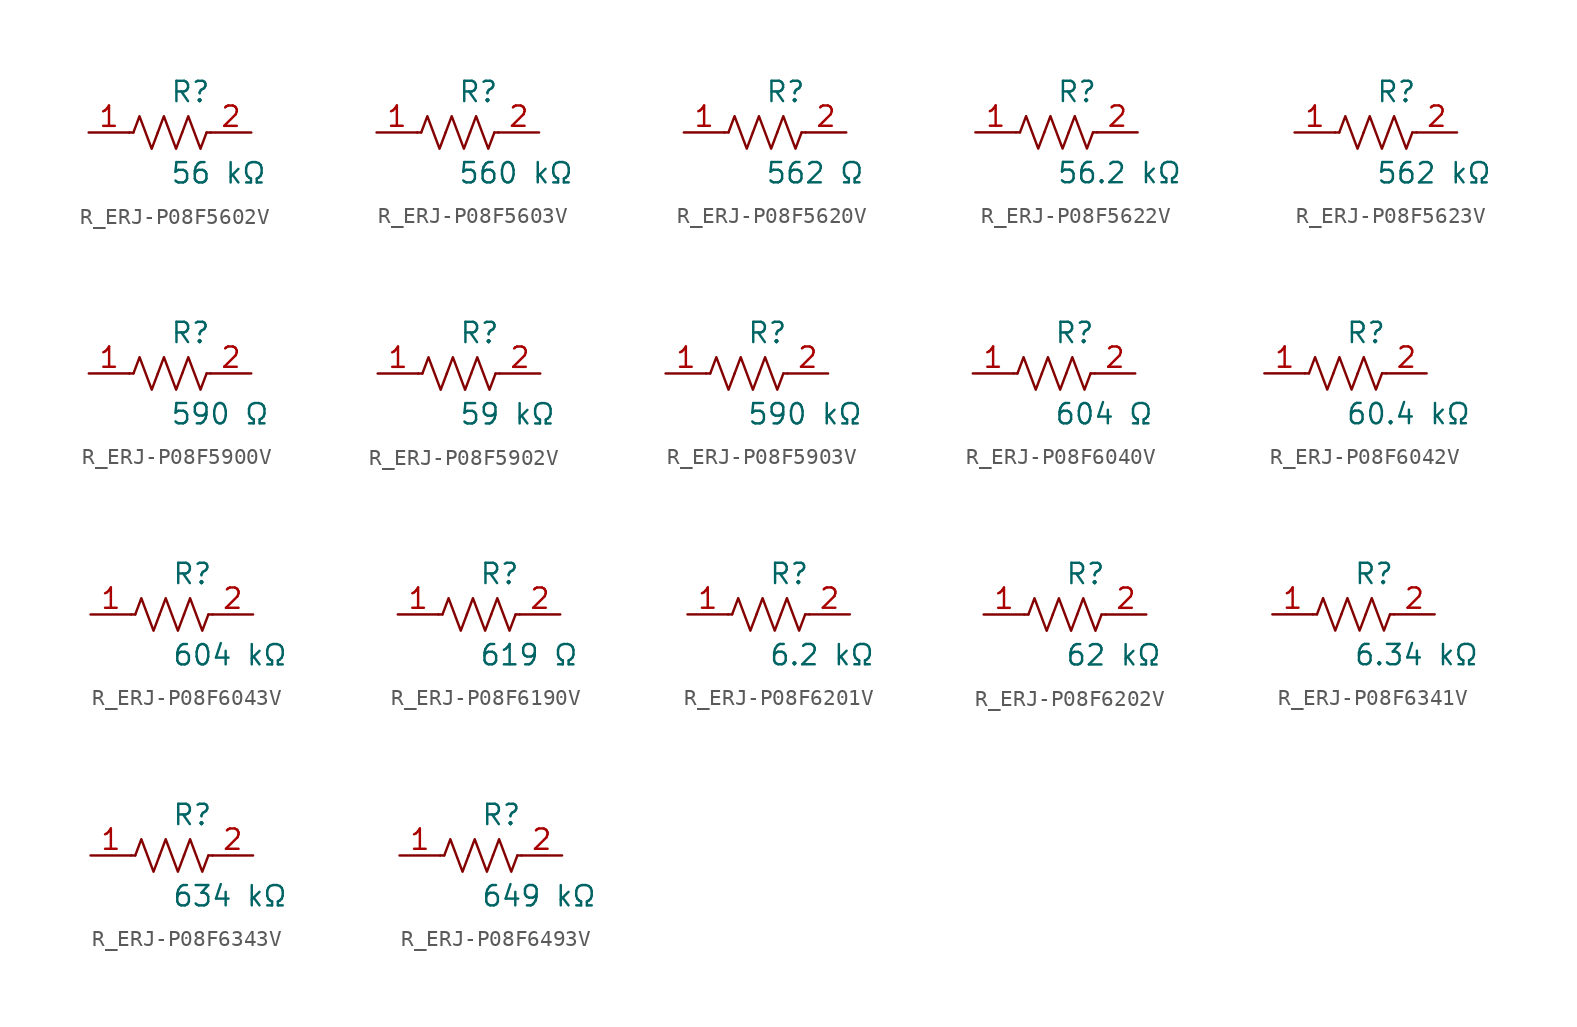
<source format=kicad_sym>
(kicad_symbol_lib
  (version 20231120)
  (generator kicad_symbol_editor)
  (generator_version 8.0)
  (symbol "R_ERJ-P08F5602V"
    (pin_names
      (offset 0.254))
    (property "Reference" "R"
      (at 0.0 2.54 0)
      (effects (font (size 1.27 1.27)) (justify left)))
    (property "Value" "56 kΩ"
      (at 0.0 -2.54 0)
      (effects (font (size 1.27 1.27)) (justify left)))
    (symbol "R_ERJ-P08F5602V_0_1"
      (polyline (pts (xy 2.286 0) (xy 2.54 0)) (stroke (width 0) (type default)) (fill (type none)))
      (polyline (pts (xy -2.286 0) (xy -2.54 0)) (stroke (width 0) (type default)) (fill (type none)))
      (polyline (pts (xy 0.762 0) (xy 1.143 1.016) (xy 1.524 0) (xy 1.905 -1.016) (xy 2.286 0)) (stroke (width 0) (type default)) (fill (type none)))
      (polyline (pts (xy -0.762 0) (xy -0.381 1.016) (xy 0 0) (xy 0.381 -1.016) (xy 0.762 0)) (stroke (width 0) (type default)) (fill (type none)))
      (polyline (pts (xy -2.286 0) (xy -1.905 1.016) (xy -1.524 0) (xy -1.143 -1.016) (xy -0.762 0)) (stroke (width 0) (type default)) (fill (type none))))
    (pin unspecified line
      (at -5.08 0 0)
      (length 2.54)
      (name "" (effects (font (size 1.27 1.27))))
      (number "1" (effects (font (size 1.27 1.27)))))
    (pin unspecified line
      (at 5.08 0 180)
      (length 2.54)
      (name "" (effects (font (size 1.27 1.27))))
      (number "2" (effects (font (size 1.27 1.27))))))
  (symbol "R_ERJ-P08F5603V"
    (pin_names
      (offset 0.254))
    (property "Reference" "R"
      (at 0.0 2.54 0)
      (effects (font (size 1.27 1.27)) (justify left)))
    (property "Value" "560 kΩ"
      (at 0.0 -2.54 0)
      (effects (font (size 1.27 1.27)) (justify left)))
    (symbol "R_ERJ-P08F5603V_0_1"
      (polyline (pts (xy 2.286 0) (xy 2.54 0)) (stroke (width 0) (type default)) (fill (type none)))
      (polyline (pts (xy -2.286 0) (xy -2.54 0)) (stroke (width 0) (type default)) (fill (type none)))
      (polyline (pts (xy 0.762 0) (xy 1.143 1.016) (xy 1.524 0) (xy 1.905 -1.016) (xy 2.286 0)) (stroke (width 0) (type default)) (fill (type none)))
      (polyline (pts (xy -0.762 0) (xy -0.381 1.016) (xy 0 0) (xy 0.381 -1.016) (xy 0.762 0)) (stroke (width 0) (type default)) (fill (type none)))
      (polyline (pts (xy -2.286 0) (xy -1.905 1.016) (xy -1.524 0) (xy -1.143 -1.016) (xy -0.762 0)) (stroke (width 0) (type default)) (fill (type none))))
    (pin unspecified line
      (at -5.08 0 0)
      (length 2.54)
      (name "" (effects (font (size 1.27 1.27))))
      (number "1" (effects (font (size 1.27 1.27)))))
    (pin unspecified line
      (at 5.08 0 180)
      (length 2.54)
      (name "" (effects (font (size 1.27 1.27))))
      (number "2" (effects (font (size 1.27 1.27))))))
  (symbol "R_ERJ-P08F5620V"
    (pin_names
      (offset 0.254))
    (property "Reference" "R"
      (at 0.0 2.54 0)
      (effects (font (size 1.27 1.27)) (justify left)))
    (property "Value" "562 Ω"
      (at 0.0 -2.54 0)
      (effects (font (size 1.27 1.27)) (justify left)))
    (symbol "R_ERJ-P08F5620V_0_1"
      (polyline (pts (xy 2.286 0) (xy 2.54 0)) (stroke (width 0) (type default)) (fill (type none)))
      (polyline (pts (xy -2.286 0) (xy -2.54 0)) (stroke (width 0) (type default)) (fill (type none)))
      (polyline (pts (xy 0.762 0) (xy 1.143 1.016) (xy 1.524 0) (xy 1.905 -1.016) (xy 2.286 0)) (stroke (width 0) (type default)) (fill (type none)))
      (polyline (pts (xy -0.762 0) (xy -0.381 1.016) (xy 0 0) (xy 0.381 -1.016) (xy 0.762 0)) (stroke (width 0) (type default)) (fill (type none)))
      (polyline (pts (xy -2.286 0) (xy -1.905 1.016) (xy -1.524 0) (xy -1.143 -1.016) (xy -0.762 0)) (stroke (width 0) (type default)) (fill (type none))))
    (pin unspecified line
      (at -5.08 0 0)
      (length 2.54)
      (name "" (effects (font (size 1.27 1.27))))
      (number "1" (effects (font (size 1.27 1.27)))))
    (pin unspecified line
      (at 5.08 0 180)
      (length 2.54)
      (name "" (effects (font (size 1.27 1.27))))
      (number "2" (effects (font (size 1.27 1.27))))))
  (symbol "R_ERJ-P08F5622V"
    (pin_names
      (offset 0.254))
    (property "Reference" "R"
      (at 0.0 2.54 0)
      (effects (font (size 1.27 1.27)) (justify left)))
    (property "Value" "56.2 kΩ"
      (at 0.0 -2.54 0)
      (effects (font (size 1.27 1.27)) (justify left)))
    (symbol "R_ERJ-P08F5622V_0_1"
      (polyline (pts (xy 2.286 0) (xy 2.54 0)) (stroke (width 0) (type default)) (fill (type none)))
      (polyline (pts (xy -2.286 0) (xy -2.54 0)) (stroke (width 0) (type default)) (fill (type none)))
      (polyline (pts (xy 0.762 0) (xy 1.143 1.016) (xy 1.524 0) (xy 1.905 -1.016) (xy 2.286 0)) (stroke (width 0) (type default)) (fill (type none)))
      (polyline (pts (xy -0.762 0) (xy -0.381 1.016) (xy 0 0) (xy 0.381 -1.016) (xy 0.762 0)) (stroke (width 0) (type default)) (fill (type none)))
      (polyline (pts (xy -2.286 0) (xy -1.905 1.016) (xy -1.524 0) (xy -1.143 -1.016) (xy -0.762 0)) (stroke (width 0) (type default)) (fill (type none))))
    (pin unspecified line
      (at -5.08 0 0)
      (length 2.54)
      (name "" (effects (font (size 1.27 1.27))))
      (number "1" (effects (font (size 1.27 1.27)))))
    (pin unspecified line
      (at 5.08 0 180)
      (length 2.54)
      (name "" (effects (font (size 1.27 1.27))))
      (number "2" (effects (font (size 1.27 1.27))))))
  (symbol "R_ERJ-P08F5623V"
    (pin_names
      (offset 0.254))
    (property "Reference" "R"
      (at 0.0 2.54 0)
      (effects (font (size 1.27 1.27)) (justify left)))
    (property "Value" "562 kΩ"
      (at 0.0 -2.54 0)
      (effects (font (size 1.27 1.27)) (justify left)))
    (symbol "R_ERJ-P08F5623V_0_1"
      (polyline (pts (xy 2.286 0) (xy 2.54 0)) (stroke (width 0) (type default)) (fill (type none)))
      (polyline (pts (xy -2.286 0) (xy -2.54 0)) (stroke (width 0) (type default)) (fill (type none)))
      (polyline (pts (xy 0.762 0) (xy 1.143 1.016) (xy 1.524 0) (xy 1.905 -1.016) (xy 2.286 0)) (stroke (width 0) (type default)) (fill (type none)))
      (polyline (pts (xy -0.762 0) (xy -0.381 1.016) (xy 0 0) (xy 0.381 -1.016) (xy 0.762 0)) (stroke (width 0) (type default)) (fill (type none)))
      (polyline (pts (xy -2.286 0) (xy -1.905 1.016) (xy -1.524 0) (xy -1.143 -1.016) (xy -0.762 0)) (stroke (width 0) (type default)) (fill (type none))))
    (pin unspecified line
      (at -5.08 0 0)
      (length 2.54)
      (name "" (effects (font (size 1.27 1.27))))
      (number "1" (effects (font (size 1.27 1.27)))))
    (pin unspecified line
      (at 5.08 0 180)
      (length 2.54)
      (name "" (effects (font (size 1.27 1.27))))
      (number "2" (effects (font (size 1.27 1.27))))))
  (symbol "R_ERJ-P08F5900V"
    (pin_names
      (offset 0.254))
    (property "Reference" "R"
      (at 0.0 2.54 0)
      (effects (font (size 1.27 1.27)) (justify left)))
    (property "Value" "590 Ω"
      (at 0.0 -2.54 0)
      (effects (font (size 1.27 1.27)) (justify left)))
    (symbol "R_ERJ-P08F5900V_0_1"
      (polyline (pts (xy 2.286 0) (xy 2.54 0)) (stroke (width 0) (type default)) (fill (type none)))
      (polyline (pts (xy -2.286 0) (xy -2.54 0)) (stroke (width 0) (type default)) (fill (type none)))
      (polyline (pts (xy 0.762 0) (xy 1.143 1.016) (xy 1.524 0) (xy 1.905 -1.016) (xy 2.286 0)) (stroke (width 0) (type default)) (fill (type none)))
      (polyline (pts (xy -0.762 0) (xy -0.381 1.016) (xy 0 0) (xy 0.381 -1.016) (xy 0.762 0)) (stroke (width 0) (type default)) (fill (type none)))
      (polyline (pts (xy -2.286 0) (xy -1.905 1.016) (xy -1.524 0) (xy -1.143 -1.016) (xy -0.762 0)) (stroke (width 0) (type default)) (fill (type none))))
    (pin unspecified line
      (at -5.08 0 0)
      (length 2.54)
      (name "" (effects (font (size 1.27 1.27))))
      (number "1" (effects (font (size 1.27 1.27)))))
    (pin unspecified line
      (at 5.08 0 180)
      (length 2.54)
      (name "" (effects (font (size 1.27 1.27))))
      (number "2" (effects (font (size 1.27 1.27))))))
  (symbol "R_ERJ-P08F5902V"
    (pin_names
      (offset 0.254))
    (property "Reference" "R"
      (at 0.0 2.54 0)
      (effects (font (size 1.27 1.27)) (justify left)))
    (property "Value" "59 kΩ"
      (at 0.0 -2.54 0)
      (effects (font (size 1.27 1.27)) (justify left)))
    (symbol "R_ERJ-P08F5902V_0_1"
      (polyline (pts (xy 2.286 0) (xy 2.54 0)) (stroke (width 0) (type default)) (fill (type none)))
      (polyline (pts (xy -2.286 0) (xy -2.54 0)) (stroke (width 0) (type default)) (fill (type none)))
      (polyline (pts (xy 0.762 0) (xy 1.143 1.016) (xy 1.524 0) (xy 1.905 -1.016) (xy 2.286 0)) (stroke (width 0) (type default)) (fill (type none)))
      (polyline (pts (xy -0.762 0) (xy -0.381 1.016) (xy 0 0) (xy 0.381 -1.016) (xy 0.762 0)) (stroke (width 0) (type default)) (fill (type none)))
      (polyline (pts (xy -2.286 0) (xy -1.905 1.016) (xy -1.524 0) (xy -1.143 -1.016) (xy -0.762 0)) (stroke (width 0) (type default)) (fill (type none))))
    (pin unspecified line
      (at -5.08 0 0)
      (length 2.54)
      (name "" (effects (font (size 1.27 1.27))))
      (number "1" (effects (font (size 1.27 1.27)))))
    (pin unspecified line
      (at 5.08 0 180)
      (length 2.54)
      (name "" (effects (font (size 1.27 1.27))))
      (number "2" (effects (font (size 1.27 1.27))))))
  (symbol "R_ERJ-P08F5903V"
    (pin_names
      (offset 0.254))
    (property "Reference" "R"
      (at 0.0 2.54 0)
      (effects (font (size 1.27 1.27)) (justify left)))
    (property "Value" "590 kΩ"
      (at 0.0 -2.54 0)
      (effects (font (size 1.27 1.27)) (justify left)))
    (symbol "R_ERJ-P08F5903V_0_1"
      (polyline (pts (xy 2.286 0) (xy 2.54 0)) (stroke (width 0) (type default)) (fill (type none)))
      (polyline (pts (xy -2.286 0) (xy -2.54 0)) (stroke (width 0) (type default)) (fill (type none)))
      (polyline (pts (xy 0.762 0) (xy 1.143 1.016) (xy 1.524 0) (xy 1.905 -1.016) (xy 2.286 0)) (stroke (width 0) (type default)) (fill (type none)))
      (polyline (pts (xy -0.762 0) (xy -0.381 1.016) (xy 0 0) (xy 0.381 -1.016) (xy 0.762 0)) (stroke (width 0) (type default)) (fill (type none)))
      (polyline (pts (xy -2.286 0) (xy -1.905 1.016) (xy -1.524 0) (xy -1.143 -1.016) (xy -0.762 0)) (stroke (width 0) (type default)) (fill (type none))))
    (pin unspecified line
      (at -5.08 0 0)
      (length 2.54)
      (name "" (effects (font (size 1.27 1.27))))
      (number "1" (effects (font (size 1.27 1.27)))))
    (pin unspecified line
      (at 5.08 0 180)
      (length 2.54)
      (name "" (effects (font (size 1.27 1.27))))
      (number "2" (effects (font (size 1.27 1.27))))))
  (symbol "R_ERJ-P08F6040V"
    (pin_names
      (offset 0.254))
    (property "Reference" "R"
      (at 0.0 2.54 0)
      (effects (font (size 1.27 1.27)) (justify left)))
    (property "Value" "604 Ω"
      (at 0.0 -2.54 0)
      (effects (font (size 1.27 1.27)) (justify left)))
    (symbol "R_ERJ-P08F6040V_0_1"
      (polyline (pts (xy 2.286 0) (xy 2.54 0)) (stroke (width 0) (type default)) (fill (type none)))
      (polyline (pts (xy -2.286 0) (xy -2.54 0)) (stroke (width 0) (type default)) (fill (type none)))
      (polyline (pts (xy 0.762 0) (xy 1.143 1.016) (xy 1.524 0) (xy 1.905 -1.016) (xy 2.286 0)) (stroke (width 0) (type default)) (fill (type none)))
      (polyline (pts (xy -0.762 0) (xy -0.381 1.016) (xy 0 0) (xy 0.381 -1.016) (xy 0.762 0)) (stroke (width 0) (type default)) (fill (type none)))
      (polyline (pts (xy -2.286 0) (xy -1.905 1.016) (xy -1.524 0) (xy -1.143 -1.016) (xy -0.762 0)) (stroke (width 0) (type default)) (fill (type none))))
    (pin unspecified line
      (at -5.08 0 0)
      (length 2.54)
      (name "" (effects (font (size 1.27 1.27))))
      (number "1" (effects (font (size 1.27 1.27)))))
    (pin unspecified line
      (at 5.08 0 180)
      (length 2.54)
      (name "" (effects (font (size 1.27 1.27))))
      (number "2" (effects (font (size 1.27 1.27))))))
  (symbol "R_ERJ-P08F6042V"
    (pin_names
      (offset 0.254))
    (property "Reference" "R"
      (at 0.0 2.54 0)
      (effects (font (size 1.27 1.27)) (justify left)))
    (property "Value" "60.4 kΩ"
      (at 0.0 -2.54 0)
      (effects (font (size 1.27 1.27)) (justify left)))
    (symbol "R_ERJ-P08F6042V_0_1"
      (polyline (pts (xy 2.286 0) (xy 2.54 0)) (stroke (width 0) (type default)) (fill (type none)))
      (polyline (pts (xy -2.286 0) (xy -2.54 0)) (stroke (width 0) (type default)) (fill (type none)))
      (polyline (pts (xy 0.762 0) (xy 1.143 1.016) (xy 1.524 0) (xy 1.905 -1.016) (xy 2.286 0)) (stroke (width 0) (type default)) (fill (type none)))
      (polyline (pts (xy -0.762 0) (xy -0.381 1.016) (xy 0 0) (xy 0.381 -1.016) (xy 0.762 0)) (stroke (width 0) (type default)) (fill (type none)))
      (polyline (pts (xy -2.286 0) (xy -1.905 1.016) (xy -1.524 0) (xy -1.143 -1.016) (xy -0.762 0)) (stroke (width 0) (type default)) (fill (type none))))
    (pin unspecified line
      (at -5.08 0 0)
      (length 2.54)
      (name "" (effects (font (size 1.27 1.27))))
      (number "1" (effects (font (size 1.27 1.27)))))
    (pin unspecified line
      (at 5.08 0 180)
      (length 2.54)
      (name "" (effects (font (size 1.27 1.27))))
      (number "2" (effects (font (size 1.27 1.27))))))
  (symbol "R_ERJ-P08F6043V"
    (pin_names
      (offset 0.254))
    (property "Reference" "R"
      (at 0.0 2.54 0)
      (effects (font (size 1.27 1.27)) (justify left)))
    (property "Value" "604 kΩ"
      (at 0.0 -2.54 0)
      (effects (font (size 1.27 1.27)) (justify left)))
    (symbol "R_ERJ-P08F6043V_0_1"
      (polyline (pts (xy 2.286 0) (xy 2.54 0)) (stroke (width 0) (type default)) (fill (type none)))
      (polyline (pts (xy -2.286 0) (xy -2.54 0)) (stroke (width 0) (type default)) (fill (type none)))
      (polyline (pts (xy 0.762 0) (xy 1.143 1.016) (xy 1.524 0) (xy 1.905 -1.016) (xy 2.286 0)) (stroke (width 0) (type default)) (fill (type none)))
      (polyline (pts (xy -0.762 0) (xy -0.381 1.016) (xy 0 0) (xy 0.381 -1.016) (xy 0.762 0)) (stroke (width 0) (type default)) (fill (type none)))
      (polyline (pts (xy -2.286 0) (xy -1.905 1.016) (xy -1.524 0) (xy -1.143 -1.016) (xy -0.762 0)) (stroke (width 0) (type default)) (fill (type none))))
    (pin unspecified line
      (at -5.08 0 0)
      (length 2.54)
      (name "" (effects (font (size 1.27 1.27))))
      (number "1" (effects (font (size 1.27 1.27)))))
    (pin unspecified line
      (at 5.08 0 180)
      (length 2.54)
      (name "" (effects (font (size 1.27 1.27))))
      (number "2" (effects (font (size 1.27 1.27))))))
  (symbol "R_ERJ-P08F6190V"
    (pin_names
      (offset 0.254))
    (property "Reference" "R"
      (at 0.0 2.54 0)
      (effects (font (size 1.27 1.27)) (justify left)))
    (property "Value" "619 Ω"
      (at 0.0 -2.54 0)
      (effects (font (size 1.27 1.27)) (justify left)))
    (symbol "R_ERJ-P08F6190V_0_1"
      (polyline (pts (xy 2.286 0) (xy 2.54 0)) (stroke (width 0) (type default)) (fill (type none)))
      (polyline (pts (xy -2.286 0) (xy -2.54 0)) (stroke (width 0) (type default)) (fill (type none)))
      (polyline (pts (xy 0.762 0) (xy 1.143 1.016) (xy 1.524 0) (xy 1.905 -1.016) (xy 2.286 0)) (stroke (width 0) (type default)) (fill (type none)))
      (polyline (pts (xy -0.762 0) (xy -0.381 1.016) (xy 0 0) (xy 0.381 -1.016) (xy 0.762 0)) (stroke (width 0) (type default)) (fill (type none)))
      (polyline (pts (xy -2.286 0) (xy -1.905 1.016) (xy -1.524 0) (xy -1.143 -1.016) (xy -0.762 0)) (stroke (width 0) (type default)) (fill (type none))))
    (pin unspecified line
      (at -5.08 0 0)
      (length 2.54)
      (name "" (effects (font (size 1.27 1.27))))
      (number "1" (effects (font (size 1.27 1.27)))))
    (pin unspecified line
      (at 5.08 0 180)
      (length 2.54)
      (name "" (effects (font (size 1.27 1.27))))
      (number "2" (effects (font (size 1.27 1.27))))))
  (symbol "R_ERJ-P08F6201V"
    (pin_names
      (offset 0.254))
    (property "Reference" "R"
      (at 0.0 2.54 0)
      (effects (font (size 1.27 1.27)) (justify left)))
    (property "Value" "6.2 kΩ"
      (at 0.0 -2.54 0)
      (effects (font (size 1.27 1.27)) (justify left)))
    (symbol "R_ERJ-P08F6201V_0_1"
      (polyline (pts (xy 2.286 0) (xy 2.54 0)) (stroke (width 0) (type default)) (fill (type none)))
      (polyline (pts (xy -2.286 0) (xy -2.54 0)) (stroke (width 0) (type default)) (fill (type none)))
      (polyline (pts (xy 0.762 0) (xy 1.143 1.016) (xy 1.524 0) (xy 1.905 -1.016) (xy 2.286 0)) (stroke (width 0) (type default)) (fill (type none)))
      (polyline (pts (xy -0.762 0) (xy -0.381 1.016) (xy 0 0) (xy 0.381 -1.016) (xy 0.762 0)) (stroke (width 0) (type default)) (fill (type none)))
      (polyline (pts (xy -2.286 0) (xy -1.905 1.016) (xy -1.524 0) (xy -1.143 -1.016) (xy -0.762 0)) (stroke (width 0) (type default)) (fill (type none))))
    (pin unspecified line
      (at -5.08 0 0)
      (length 2.54)
      (name "" (effects (font (size 1.27 1.27))))
      (number "1" (effects (font (size 1.27 1.27)))))
    (pin unspecified line
      (at 5.08 0 180)
      (length 2.54)
      (name "" (effects (font (size 1.27 1.27))))
      (number "2" (effects (font (size 1.27 1.27))))))
  (symbol "R_ERJ-P08F6202V"
    (pin_names
      (offset 0.254))
    (property "Reference" "R"
      (at 0.0 2.54 0)
      (effects (font (size 1.27 1.27)) (justify left)))
    (property "Value" "62 kΩ"
      (at 0.0 -2.54 0)
      (effects (font (size 1.27 1.27)) (justify left)))
    (symbol "R_ERJ-P08F6202V_0_1"
      (polyline (pts (xy 2.286 0) (xy 2.54 0)) (stroke (width 0) (type default)) (fill (type none)))
      (polyline (pts (xy -2.286 0) (xy -2.54 0)) (stroke (width 0) (type default)) (fill (type none)))
      (polyline (pts (xy 0.762 0) (xy 1.143 1.016) (xy 1.524 0) (xy 1.905 -1.016) (xy 2.286 0)) (stroke (width 0) (type default)) (fill (type none)))
      (polyline (pts (xy -0.762 0) (xy -0.381 1.016) (xy 0 0) (xy 0.381 -1.016) (xy 0.762 0)) (stroke (width 0) (type default)) (fill (type none)))
      (polyline (pts (xy -2.286 0) (xy -1.905 1.016) (xy -1.524 0) (xy -1.143 -1.016) (xy -0.762 0)) (stroke (width 0) (type default)) (fill (type none))))
    (pin unspecified line
      (at -5.08 0 0)
      (length 2.54)
      (name "" (effects (font (size 1.27 1.27))))
      (number "1" (effects (font (size 1.27 1.27)))))
    (pin unspecified line
      (at 5.08 0 180)
      (length 2.54)
      (name "" (effects (font (size 1.27 1.27))))
      (number "2" (effects (font (size 1.27 1.27))))))
  (symbol "R_ERJ-P08F6341V"
    (pin_names
      (offset 0.254))
    (property "Reference" "R"
      (at 0.0 2.54 0)
      (effects (font (size 1.27 1.27)) (justify left)))
    (property "Value" "6.34 kΩ"
      (at 0.0 -2.54 0)
      (effects (font (size 1.27 1.27)) (justify left)))
    (symbol "R_ERJ-P08F6341V_0_1"
      (polyline (pts (xy 2.286 0) (xy 2.54 0)) (stroke (width 0) (type default)) (fill (type none)))
      (polyline (pts (xy -2.286 0) (xy -2.54 0)) (stroke (width 0) (type default)) (fill (type none)))
      (polyline (pts (xy 0.762 0) (xy 1.143 1.016) (xy 1.524 0) (xy 1.905 -1.016) (xy 2.286 0)) (stroke (width 0) (type default)) (fill (type none)))
      (polyline (pts (xy -0.762 0) (xy -0.381 1.016) (xy 0 0) (xy 0.381 -1.016) (xy 0.762 0)) (stroke (width 0) (type default)) (fill (type none)))
      (polyline (pts (xy -2.286 0) (xy -1.905 1.016) (xy -1.524 0) (xy -1.143 -1.016) (xy -0.762 0)) (stroke (width 0) (type default)) (fill (type none))))
    (pin unspecified line
      (at -5.08 0 0)
      (length 2.54)
      (name "" (effects (font (size 1.27 1.27))))
      (number "1" (effects (font (size 1.27 1.27)))))
    (pin unspecified line
      (at 5.08 0 180)
      (length 2.54)
      (name "" (effects (font (size 1.27 1.27))))
      (number "2" (effects (font (size 1.27 1.27))))))
  (symbol "R_ERJ-P08F6343V"
    (pin_names
      (offset 0.254))
    (property "Reference" "R"
      (at 0.0 2.54 0)
      (effects (font (size 1.27 1.27)) (justify left)))
    (property "Value" "634 kΩ"
      (at 0.0 -2.54 0)
      (effects (font (size 1.27 1.27)) (justify left)))
    (symbol "R_ERJ-P08F6343V_0_1"
      (polyline (pts (xy 2.286 0) (xy 2.54 0)) (stroke (width 0) (type default)) (fill (type none)))
      (polyline (pts (xy -2.286 0) (xy -2.54 0)) (stroke (width 0) (type default)) (fill (type none)))
      (polyline (pts (xy 0.762 0) (xy 1.143 1.016) (xy 1.524 0) (xy 1.905 -1.016) (xy 2.286 0)) (stroke (width 0) (type default)) (fill (type none)))
      (polyline (pts (xy -0.762 0) (xy -0.381 1.016) (xy 0 0) (xy 0.381 -1.016) (xy 0.762 0)) (stroke (width 0) (type default)) (fill (type none)))
      (polyline (pts (xy -2.286 0) (xy -1.905 1.016) (xy -1.524 0) (xy -1.143 -1.016) (xy -0.762 0)) (stroke (width 0) (type default)) (fill (type none))))
    (pin unspecified line
      (at -5.08 0 0)
      (length 2.54)
      (name "" (effects (font (size 1.27 1.27))))
      (number "1" (effects (font (size 1.27 1.27)))))
    (pin unspecified line
      (at 5.08 0 180)
      (length 2.54)
      (name "" (effects (font (size 1.27 1.27))))
      (number "2" (effects (font (size 1.27 1.27))))))
  (symbol "R_ERJ-P08F6493V"
    (pin_names
      (offset 0.254))
    (property "Reference" "R"
      (at 0.0 2.54 0)
      (effects (font (size 1.27 1.27)) (justify left)))
    (property "Value" "649 kΩ"
      (at 0.0 -2.54 0)
      (effects (font (size 1.27 1.27)) (justify left)))
    (symbol "R_ERJ-P08F6493V_0_1"
      (polyline (pts (xy 2.286 0) (xy 2.54 0)) (stroke (width 0) (type default)) (fill (type none)))
      (polyline (pts (xy -2.286 0) (xy -2.54 0)) (stroke (width 0) (type default)) (fill (type none)))
      (polyline (pts (xy 0.762 0) (xy 1.143 1.016) (xy 1.524 0) (xy 1.905 -1.016) (xy 2.286 0)) (stroke (width 0) (type default)) (fill (type none)))
      (polyline (pts (xy -0.762 0) (xy -0.381 1.016) (xy 0 0) (xy 0.381 -1.016) (xy 0.762 0)) (stroke (width 0) (type default)) (fill (type none)))
      (polyline (pts (xy -2.286 0) (xy -1.905 1.016) (xy -1.524 0) (xy -1.143 -1.016) (xy -0.762 0)) (stroke (width 0) (type default)) (fill (type none))))
    (pin unspecified line
      (at -5.08 0 0)
      (length 2.54)
      (name "" (effects (font (size 1.27 1.27))))
      (number "1" (effects (font (size 1.27 1.27)))))
    (pin unspecified line
      (at 5.08 0 180)
      (length 2.54)
      (name "" (effects (font (size 1.27 1.27))))
      (number "2" (effects (font (size 1.27 1.27)))))))
</source>
